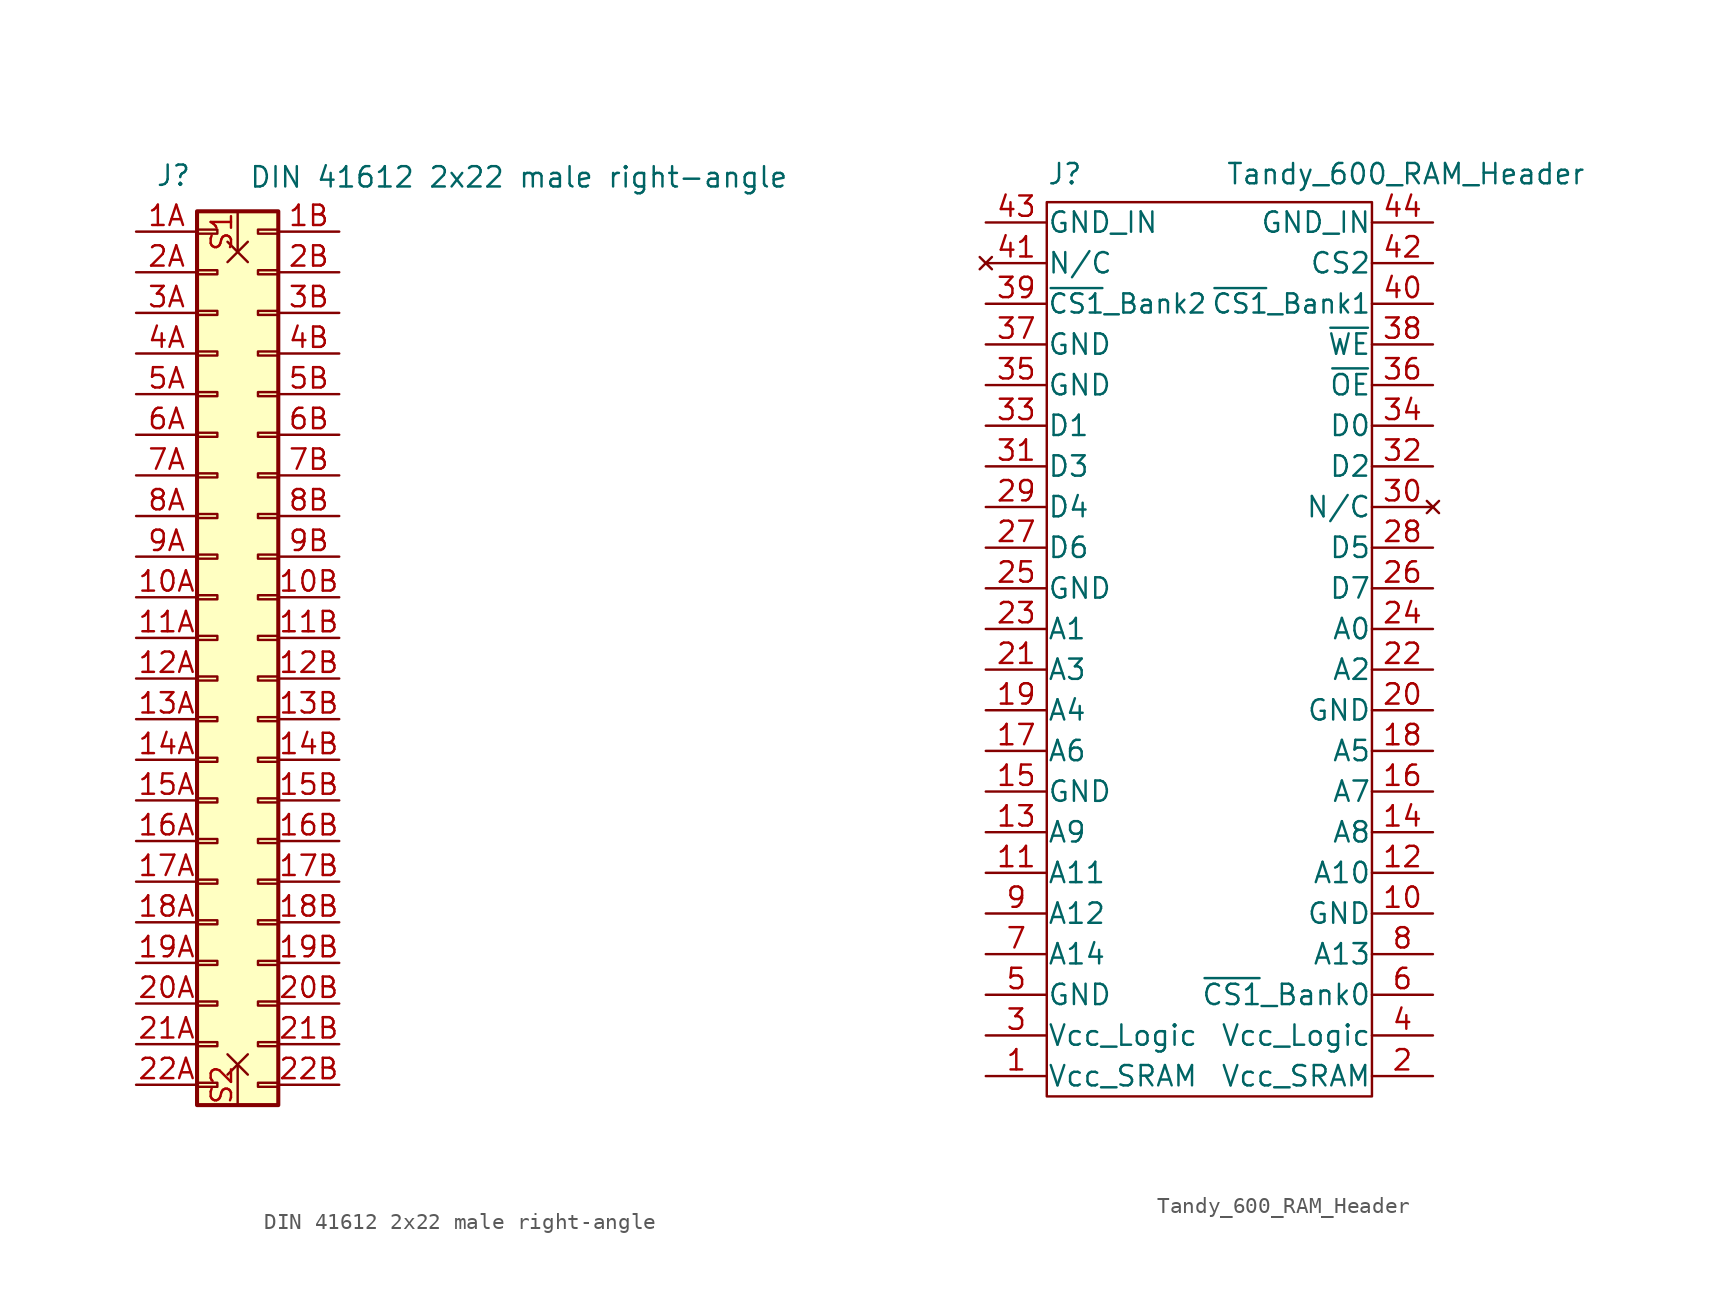
<source format=kicad_sym>
(kicad_symbol_lib
  (version 20211014)
  (generator kicad_symbol_editor)
  (symbol "DIN 41612 2x22 male right-angle"
    (pin_names
      (offset 1.016) hide)
    (property "Reference" "J"
      (at -2.743 28.905 0)
      (effects (font (size 1.27 1.27))))
    (property "Value" "DIN 41612 2x22 male right-angle"
      (at 18.847 28.804 0)
      (effects (font (size 1.27 1.27))))
    (symbol "DIN 41612 2x22 male right-angle_1_1"
      (rectangle (start -1.27 -27.813) (end 0 -28.067) (stroke (width 0.152) (type default) (color 0 0 0 0)) (fill (type none)))
      (rectangle (start -1.27 -25.273) (end 0 -25.527) (stroke (width 0.152) (type default) (color 0 0 0 0)) (fill (type none)))
      (rectangle (start -1.27 -22.733) (end 0 -22.987) (stroke (width 0.152) (type default) (color 0 0 0 0)) (fill (type none)))
      (rectangle (start -1.27 -20.193) (end 0 -20.447) (stroke (width 0.152) (type default) (color 0 0 0 0)) (fill (type none)))
      (rectangle (start -1.27 -17.653) (end 0 -17.907) (stroke (width 0.152) (type default) (color 0 0 0 0)) (fill (type none)))
      (rectangle (start -1.27 -15.113) (end 0 -15.367) (stroke (width 0.152) (type default) (color 0 0 0 0)) (fill (type none)))
      (rectangle (start -1.27 -12.573) (end 0 -12.827) (stroke (width 0.152) (type default) (color 0 0 0 0)) (fill (type none)))
      (rectangle (start -1.27 -10.033) (end 0 -10.287) (stroke (width 0.152) (type default) (color 0 0 0 0)) (fill (type none)))
      (rectangle (start -1.27 -7.493) (end 0 -7.747) (stroke (width 0.152) (type default) (color 0 0 0 0)) (fill (type none)))
      (rectangle (start -1.27 -4.953) (end 0 -5.207) (stroke (width 0.152) (type default) (color 0 0 0 0)) (fill (type none)))
      (rectangle (start -1.27 -2.413) (end 0 -2.667) (stroke (width 0.152) (type default) (color 0 0 0 0)) (fill (type none)))
      (rectangle (start -1.27 0.127) (end 0 -0.127) (stroke (width 0.152) (type default) (color 0 0 0 0)) (fill (type none)))
      (rectangle (start -1.27 2.667) (end 0 2.413) (stroke (width 0.152) (type default) (color 0 0 0 0)) (fill (type none)))
      (rectangle (start -1.27 5.207) (end 0 4.953) (stroke (width 0.152) (type default) (color 0 0 0 0)) (fill (type none)))
      (rectangle (start -1.27 7.747) (end 0 7.493) (stroke (width 0.152) (type default) (color 0 0 0 0)) (fill (type none)))
      (rectangle (start -1.27 10.287) (end 0 10.033) (stroke (width 0.152) (type default) (color 0 0 0 0)) (fill (type none)))
      (rectangle (start -1.27 12.827) (end 0 12.573) (stroke (width 0.152) (type default) (color 0 0 0 0)) (fill (type none)))
      (rectangle (start -1.27 15.367) (end 0 15.113) (stroke (width 0.152) (type default) (color 0 0 0 0)) (fill (type none)))
      (rectangle (start -1.27 17.907) (end 0 17.653) (stroke (width 0.152) (type default) (color 0 0 0 0)) (fill (type none)))
      (rectangle (start -1.27 20.447) (end 0 20.193) (stroke (width 0.152) (type default) (color 0 0 0 0)) (fill (type none)))
      (rectangle (start -1.27 22.987) (end 0 22.733) (stroke (width 0.152) (type default) (color 0 0 0 0)) (fill (type none)))
      (rectangle (start -1.27 25.527) (end 0 25.273) (stroke (width 0.152) (type default) (color 0 0 0 0)) (fill (type none)))
      (rectangle (start -1.27 26.67) (end 3.81 -29.21) (stroke (width 0.254) (type default) (color 0 0 0 0)) (fill (type background)))
      (rectangle (start 3.81 -27.813) (end 2.54 -28.067) (stroke (width 0.152) (type default) (color 0 0 0 0)) (fill (type none)))
      (rectangle (start 3.81 -25.273) (end 2.54 -25.527) (stroke (width 0.152) (type default) (color 0 0 0 0)) (fill (type none)))
      (rectangle (start 3.81 -22.733) (end 2.54 -22.987) (stroke (width 0.152) (type default) (color 0 0 0 0)) (fill (type none)))
      (rectangle (start 3.81 -20.193) (end 2.54 -20.447) (stroke (width 0.152) (type default) (color 0 0 0 0)) (fill (type none)))
      (rectangle (start 3.81 -17.653) (end 2.54 -17.907) (stroke (width 0.152) (type default) (color 0 0 0 0)) (fill (type none)))
      (rectangle (start 3.81 -15.113) (end 2.54 -15.367) (stroke (width 0.152) (type default) (color 0 0 0 0)) (fill (type none)))
      (rectangle (start 3.81 -12.573) (end 2.54 -12.827) (stroke (width 0.152) (type default) (color 0 0 0 0)) (fill (type none)))
      (rectangle (start 3.81 -10.033) (end 2.54 -10.287) (stroke (width 0.152) (type default) (color 0 0 0 0)) (fill (type none)))
      (rectangle (start 3.81 -7.493) (end 2.54 -7.747) (stroke (width 0.152) (type default) (color 0 0 0 0)) (fill (type none)))
      (rectangle (start 3.81 -4.953) (end 2.54 -5.207) (stroke (width 0.152) (type default) (color 0 0 0 0)) (fill (type none)))
      (rectangle (start 3.81 -2.413) (end 2.54 -2.667) (stroke (width 0.152) (type default) (color 0 0 0 0)) (fill (type none)))
      (rectangle (start 3.81 0.127) (end 2.54 -0.127) (stroke (width 0.152) (type default) (color 0 0 0 0)) (fill (type none)))
      (rectangle (start 3.81 2.667) (end 2.54 2.413) (stroke (width 0.152) (type default) (color 0 0 0 0)) (fill (type none)))
      (rectangle (start 3.81 5.207) (end 2.54 4.953) (stroke (width 0.152) (type default) (color 0 0 0 0)) (fill (type none)))
      (rectangle (start 3.81 7.747) (end 2.54 7.493) (stroke (width 0.152) (type default) (color 0 0 0 0)) (fill (type none)))
      (rectangle (start 3.81 10.287) (end 2.54 10.033) (stroke (width 0.152) (type default) (color 0 0 0 0)) (fill (type none)))
      (rectangle (start 3.81 12.827) (end 2.54 12.573) (stroke (width 0.152) (type default) (color 0 0 0 0)) (fill (type none)))
      (rectangle (start 3.81 15.367) (end 2.54 15.113) (stroke (width 0.152) (type default) (color 0 0 0 0)) (fill (type none)))
      (rectangle (start 3.81 17.907) (end 2.54 17.653) (stroke (width 0.152) (type default) (color 0 0 0 0)) (fill (type none)))
      (rectangle (start 3.81 20.447) (end 2.54 20.193) (stroke (width 0.152) (type default) (color 0 0 0 0)) (fill (type none)))
      (rectangle (start 3.81 22.987) (end 2.54 22.733) (stroke (width 0.152) (type default) (color 0 0 0 0)) (fill (type none)))
      (rectangle (start 3.81 25.527) (end 2.54 25.273) (stroke (width 0.152) (type default) (color 0 0 0 0)) (fill (type none)))
      (pin passive line (at -5.08 2.54 0) (length 3.81) (name "10A" (effects (font (size 1.27 1.27)))) (number "10A" (effects (font (size 1.27 1.27)))))
      (pin passive line (at 7.62 2.54 180) (length 3.81) (name "10B" (effects (font (size 1.27 1.27)))) (number "10B" (effects (font (size 1.27 1.27)))))
      (pin passive line (at -5.08 0 0) (length 3.81) (name "11A" (effects (font (size 1.27 1.27)))) (number "11A" (effects (font (size 1.27 1.27)))))
      (pin passive line (at 7.62 0 180) (length 3.81) (name "11B" (effects (font (size 1.27 1.27)))) (number "11B" (effects (font (size 1.27 1.27)))))
      (pin passive line (at -5.08 -2.54 0) (length 3.81) (name "12A" (effects (font (size 1.27 1.27)))) (number "12A" (effects (font (size 1.27 1.27)))))
      (pin passive line (at 7.62 -2.54 180) (length 3.81) (name "12B" (effects (font (size 1.27 1.27)))) (number "12B" (effects (font (size 1.27 1.27)))))
      (pin passive line (at -5.08 -5.08 0) (length 3.81) (name "13A" (effects (font (size 1.27 1.27)))) (number "13A" (effects (font (size 1.27 1.27)))))
      (pin passive line (at 7.62 -5.08 180) (length 3.81) (name "13B" (effects (font (size 1.27 1.27)))) (number "13B" (effects (font (size 1.27 1.27)))))
      (pin passive line (at -5.08 -7.62 0) (length 3.81) (name "14A" (effects (font (size 1.27 1.27)))) (number "14A" (effects (font (size 1.27 1.27)))))
      (pin passive line (at 7.62 -7.62 180) (length 3.81) (name "14B" (effects (font (size 1.27 1.27)))) (number "14B" (effects (font (size 1.27 1.27)))))
      (pin passive line (at -5.08 -10.16 0) (length 3.81) (name "15A" (effects (font (size 1.27 1.27)))) (number "15A" (effects (font (size 1.27 1.27)))))
      (pin passive line (at 7.62 -10.16 180) (length 3.81) (name "15B" (effects (font (size 1.27 1.27)))) (number "15B" (effects (font (size 1.27 1.27)))))
      (pin passive line (at -5.08 -12.7 0) (length 3.81) (name "16A" (effects (font (size 1.27 1.27)))) (number "16A" (effects (font (size 1.27 1.27)))))
      (pin passive line (at 7.62 -12.7 180) (length 3.81) (name "16B" (effects (font (size 1.27 1.27)))) (number "16B" (effects (font (size 1.27 1.27)))))
      (pin passive line (at -5.08 -15.24 0) (length 3.81) (name "17A" (effects (font (size 1.27 1.27)))) (number "17A" (effects (font (size 1.27 1.27)))))
      (pin passive line (at 7.62 -15.24 180) (length 3.81) (name "17B" (effects (font (size 1.27 1.27)))) (number "17B" (effects (font (size 1.27 1.27)))))
      (pin passive line (at -5.08 -17.78 0) (length 3.81) (name "18A" (effects (font (size 1.27 1.27)))) (number "18A" (effects (font (size 1.27 1.27)))))
      (pin passive line (at 7.62 -17.78 180) (length 3.81) (name "18B" (effects (font (size 1.27 1.27)))) (number "18B" (effects (font (size 1.27 1.27)))))
      (pin passive line (at -5.08 -20.32 0) (length 3.81) (name "19A" (effects (font (size 1.27 1.27)))) (number "19A" (effects (font (size 1.27 1.27)))))
      (pin passive line (at 7.62 -20.32 180) (length 3.81) (name "19B" (effects (font (size 1.27 1.27)))) (number "19B" (effects (font (size 1.27 1.27)))))
      (pin passive line (at -5.08 25.4 0) (length 3.81) (name "1A" (effects (font (size 1.27 1.27)))) (number "1A" (effects (font (size 1.27 1.27)))))
      (pin passive line (at 7.62 25.4 180) (length 3.81) (name "1B" (effects (font (size 1.27 1.27)))) (number "1B" (effects (font (size 1.27 1.27)))))
      (pin passive line (at -5.08 -22.86 0) (length 3.81) (name "20A" (effects (font (size 1.27 1.27)))) (number "20A" (effects (font (size 1.27 1.27)))))
      (pin passive line (at 7.62 -22.86 180) (length 3.81) (name "20B" (effects (font (size 1.27 1.27)))) (number "20B" (effects (font (size 1.27 1.27)))))
      (pin passive line (at -5.08 -25.4 0) (length 3.81) (name "21A" (effects (font (size 1.27 1.27)))) (number "21A" (effects (font (size 1.27 1.27)))))
      (pin passive line (at 7.62 -25.4 180) (length 3.81) (name "21B" (effects (font (size 1.27 1.27)))) (number "21B" (effects (font (size 1.27 1.27)))))
      (pin passive line (at -5.08 -27.94 0) (length 3.81) (name "22A" (effects (font (size 1.27 1.27)))) (number "22A" (effects (font (size 1.27 1.27)))))
      (pin passive line (at 7.62 -27.94 180) (length 3.81) (name "22B" (effects (font (size 1.27 1.27)))) (number "22B" (effects (font (size 1.27 1.27)))))
      (pin passive line (at -5.08 22.86 0) (length 3.81) (name "2A" (effects (font (size 1.27 1.27)))) (number "2A" (effects (font (size 1.27 1.27)))))
      (pin passive line (at 7.62 22.86 180) (length 3.81) (name "2B" (effects (font (size 1.27 1.27)))) (number "2B" (effects (font (size 1.27 1.27)))))
      (pin passive line (at -5.08 20.32 0) (length 3.81) (name "3A" (effects (font (size 1.27 1.27)))) (number "3A" (effects (font (size 1.27 1.27)))))
      (pin passive line (at 7.62 20.32 180) (length 3.81) (name "3B" (effects (font (size 1.27 1.27)))) (number "3B" (effects (font (size 1.27 1.27)))))
      (pin passive line (at -5.08 17.78 0) (length 3.81) (name "4A" (effects (font (size 1.27 1.27)))) (number "4A" (effects (font (size 1.27 1.27)))))
      (pin passive line (at 7.62 17.78 180) (length 3.81) (name "4B" (effects (font (size 1.27 1.27)))) (number "4B" (effects (font (size 1.27 1.27)))))
      (pin passive line (at -5.08 15.24 0) (length 3.81) (name "5A" (effects (font (size 1.27 1.27)))) (number "5A" (effects (font (size 1.27 1.27)))))
      (pin passive line (at 7.62 15.24 180) (length 3.81) (name "5B" (effects (font (size 1.27 1.27)))) (number "5B" (effects (font (size 1.27 1.27)))))
      (pin passive line (at -5.08 12.7 0) (length 3.81) (name "6A" (effects (font (size 1.27 1.27)))) (number "6A" (effects (font (size 1.27 1.27)))))
      (pin passive line (at 7.62 12.7 180) (length 3.81) (name "6B" (effects (font (size 1.27 1.27)))) (number "6B" (effects (font (size 1.27 1.27)))))
      (pin passive line (at -5.08 10.16 0) (length 3.81) (name "7A" (effects (font (size 1.27 1.27)))) (number "7A" (effects (font (size 1.27 1.27)))))
      (pin passive line (at 7.62 10.16 180) (length 3.81) (name "7B" (effects (font (size 1.27 1.27)))) (number "7B" (effects (font (size 1.27 1.27)))))
      (pin passive line (at -5.08 7.62 0) (length 3.81) (name "8A" (effects (font (size 1.27 1.27)))) (number "8A" (effects (font (size 1.27 1.27)))))
      (pin passive line (at 7.62 7.62 180) (length 3.81) (name "8B" (effects (font (size 1.27 1.27)))) (number "8B" (effects (font (size 1.27 1.27)))))
      (pin passive line (at -5.08 5.08 0) (length 3.81) (name "9A" (effects (font (size 1.27 1.27)))) (number "9A" (effects (font (size 1.27 1.27)))))
      (pin passive line (at 7.62 5.08 180) (length 3.81) (name "9B" (effects (font (size 1.27 1.27)))) (number "9B" (effects (font (size 1.27 1.27)))))
      (pin passive non_logic (at 1.27 26.67 270) (length 2.54) (name "mount" (effects (font (size 1.27 1.27)))) (number "S1" (effects (font (size 1.27 1.27)))))
      (pin passive non_logic (at 1.27 -29.21 90) (length 2.54) (name "mount" (effects (font (size 1.27 1.27)))) (number "S2" (effects (font (size 1.27 1.27)))))))
  (symbol "Tandy_600_RAM_Header"
    (pin_names
      (offset 0.025))
    (property "Reference" "J"
      (at -10.16 28.956 0)
      (effects (font (size 1.27 1.27)) (justify left bottom)))
    (property "Value" "Tandy_600_RAM_Header"
      (at 1.016 28.956 0)
      (effects (font (size 1.27 1.27)) (justify left bottom)))
    (property "Footprint" ""
      (at 0 -22.86 0)
      (effects (font (size 1.27 1.27))))
    (property "Datasheet" ""
      (at 0 -22.86 0)
      (effects (font (size 1.27 1.27))))
    (symbol "Tandy_600_RAM_Header_0_1"
      (rectangle (start -10.16 27.94) (end 10.16 -27.94) (stroke (width 0) (type default) (color 0 0 0 0)) (fill (type none))))
    (symbol "Tandy_600_RAM_Header_1_1"
      (pin power_out line (at -13.97 -26.67 0) (length 3.81) (name "Vcc_SRAM" (effects (font (size 1.27 1.27)))) (number "1" (effects (font (size 1.27 1.27)))))
      (pin passive line (at 13.97 -16.51 180) (length 3.81) (name "GND" (effects (font (size 1.27 1.27)))) (number "10" (effects (font (size 1.27 1.27)))))
      (pin output line (at -13.97 -13.97 0) (length 3.81) (name "A11" (effects (font (size 1.27 1.27)))) (number "11" (effects (font (size 1.27 1.27)))))
      (pin output line (at 13.97 -13.97 180) (length 3.81) (name "A10" (effects (font (size 1.27 1.27)))) (number "12" (effects (font (size 1.27 1.27)))))
      (pin output line (at -13.97 -11.43 0) (length 3.81) (name "A9" (effects (font (size 1.27 1.27)))) (number "13" (effects (font (size 1.27 1.27)))))
      (pin output line (at 13.97 -11.43 180) (length 3.81) (name "A8" (effects (font (size 1.27 1.27)))) (number "14" (effects (font (size 1.27 1.27)))))
      (pin passive line (at -13.97 -8.89 0) (length 3.81) (name "GND" (effects (font (size 1.27 1.27)))) (number "15" (effects (font (size 1.27 1.27)))))
      (pin output line (at 13.97 -8.89 180) (length 3.81) (name "A7" (effects (font (size 1.27 1.27)))) (number "16" (effects (font (size 1.27 1.27)))))
      (pin output line (at -13.97 -6.35 0) (length 3.81) (name "A6" (effects (font (size 1.27 1.27)))) (number "17" (effects (font (size 1.27 1.27)))))
      (pin output line (at 13.97 -6.35 180) (length 3.81) (name "A5" (effects (font (size 1.27 1.27)))) (number "18" (effects (font (size 1.27 1.27)))))
      (pin output line (at -13.97 -3.81 0) (length 3.81) (name "A4" (effects (font (size 1.27 1.27)))) (number "19" (effects (font (size 1.27 1.27)))))
      (pin passive line (at 13.97 -26.67 180) (length 3.81) (name "Vcc_SRAM" (effects (font (size 1.27 1.27)))) (number "2" (effects (font (size 1.27 1.27)))))
      (pin passive line (at 13.97 -3.81 180) (length 3.81) (name "GND" (effects (font (size 1.27 1.27)))) (number "20" (effects (font (size 1.27 1.27)))))
      (pin output line (at -13.97 -1.27 0) (length 3.81) (name "A3" (effects (font (size 1.27 1.27)))) (number "21" (effects (font (size 1.27 1.27)))))
      (pin output line (at 13.97 -1.27 180) (length 3.81) (name "A2" (effects (font (size 1.27 1.27)))) (number "22" (effects (font (size 1.27 1.27)))))
      (pin output line (at -13.97 1.27 0) (length 3.81) (name "A1" (effects (font (size 1.27 1.27)))) (number "23" (effects (font (size 1.27 1.27)))))
      (pin output line (at 13.97 1.27 180) (length 3.81) (name "A0" (effects (font (size 1.27 1.27)))) (number "24" (effects (font (size 1.27 1.27)))))
      (pin passive line (at -13.97 3.81 0) (length 3.81) (name "GND" (effects (font (size 1.27 1.27)))) (number "25" (effects (font (size 1.27 1.27)))))
      (pin bidirectional line (at 13.97 3.81 180) (length 3.81) (name "D7" (effects (font (size 1.27 1.27)))) (number "26" (effects (font (size 1.27 1.27)))))
      (pin bidirectional line (at -13.97 6.35 0) (length 3.81) (name "D6" (effects (font (size 1.27 1.27)))) (number "27" (effects (font (size 1.27 1.27)))))
      (pin bidirectional line (at 13.97 6.35 180) (length 3.81) (name "D5" (effects (font (size 1.27 1.27)))) (number "28" (effects (font (size 1.27 1.27)))))
      (pin bidirectional line (at -13.97 8.89 0) (length 3.81) (name "D4" (effects (font (size 1.27 1.27)))) (number "29" (effects (font (size 1.27 1.27)))))
      (pin power_out line (at -13.97 -24.13 0) (length 3.81) (name "Vcc_Logic" (effects (font (size 1.27 1.27)))) (number "3" (effects (font (size 1.27 1.27)))))
      (pin no_connect line (at 13.97 8.89 180) (length 3.81) (name "N/C" (effects (font (size 1.27 1.27)))) (number "30" (effects (font (size 1.27 1.27)))))
      (pin bidirectional line (at -13.97 11.43 0) (length 3.81) (name "D3" (effects (font (size 1.27 1.27)))) (number "31" (effects (font (size 1.27 1.27)))))
      (pin bidirectional line (at 13.97 11.43 180) (length 3.81) (name "D2" (effects (font (size 1.27 1.27)))) (number "32" (effects (font (size 1.27 1.27)))))
      (pin bidirectional line (at -13.97 13.97 0) (length 3.81) (name "D1" (effects (font (size 1.27 1.27)))) (number "33" (effects (font (size 1.27 1.27)))))
      (pin bidirectional line (at 13.97 13.97 180) (length 3.81) (name "D0" (effects (font (size 1.27 1.27)))) (number "34" (effects (font (size 1.27 1.27)))))
      (pin passive line (at -13.97 16.51 0) (length 3.81) (name "GND" (effects (font (size 1.27 1.27)))) (number "35" (effects (font (size 1.27 1.27)))))
      (pin output line (at 13.97 16.51 180) (length 3.81) (name "~{OE}" (effects (font (size 1.27 1.27)))) (number "36" (effects (font (size 1.27 1.27)))))
      (pin passive line (at -13.97 19.05 0) (length 3.81) (name "GND" (effects (font (size 1.27 1.27)))) (number "37" (effects (font (size 1.27 1.27)))))
      (pin output line (at 13.97 19.05 180) (length 3.81) (name "~{WE}" (effects (font (size 1.27 1.27)))) (number "38" (effects (font (size 1.27 1.27)))))
      (pin output line (at -13.97 21.59 0) (length 3.81) (name "~{CS1}_Bank2" (effects (font (size 1.194 1.194)))) (number "39" (effects (font (size 1.27 1.27)))))
      (pin passive line (at 13.97 -24.13 180) (length 3.81) (name "Vcc_Logic" (effects (font (size 1.27 1.27)))) (number "4" (effects (font (size 1.27 1.27)))))
      (pin output line (at 13.97 21.59 180) (length 3.81) (name "~{CS1}_Bank1" (effects (font (size 1.194 1.194)))) (number "40" (effects (font (size 1.27 1.27)))))
      (pin no_connect line (at -13.97 24.13 0) (length 3.81) (name "N/C" (effects (font (size 1.27 1.27)))) (number "41" (effects (font (size 1.27 1.27)))))
      (pin output line (at 13.97 24.13 180) (length 3.81) (name "CS2" (effects (font (size 1.27 1.27)))) (number "42" (effects (font (size 1.27 1.27)))))
      (pin power_out line (at -13.97 26.67 0) (length 3.81) (name "GND_IN" (effects (font (size 1.27 1.27)))) (number "43" (effects (font (size 1.27 1.27)))))
      (pin passive line (at 13.97 26.67 180) (length 3.81) (name "GND_IN" (effects (font (size 1.27 1.27)))) (number "44" (effects (font (size 1.27 1.27)))))
      (pin passive line (at -13.97 -21.59 0) (length 3.81) (name "GND" (effects (font (size 1.27 1.27)))) (number "5" (effects (font (size 1.27 1.27)))))
      (pin output line (at 13.97 -21.59 180) (length 3.81) (name "~{CS1}_Bank0" (effects (font (size 1.27 1.27)))) (number "6" (effects (font (size 1.27 1.27)))))
      (pin output line (at -13.97 -19.05 0) (length 3.81) (name "A14" (effects (font (size 1.27 1.27)))) (number "7" (effects (font (size 1.27 1.27)))))
      (pin output line (at 13.97 -19.05 180) (length 3.81) (name "A13" (effects (font (size 1.27 1.27)))) (number "8" (effects (font (size 1.27 1.27)))))
      (pin output line (at -13.97 -16.51 0) (length 3.81) (name "A12" (effects (font (size 1.27 1.27)))) (number "9" (effects (font (size 1.27 1.27))))))))
</source>
